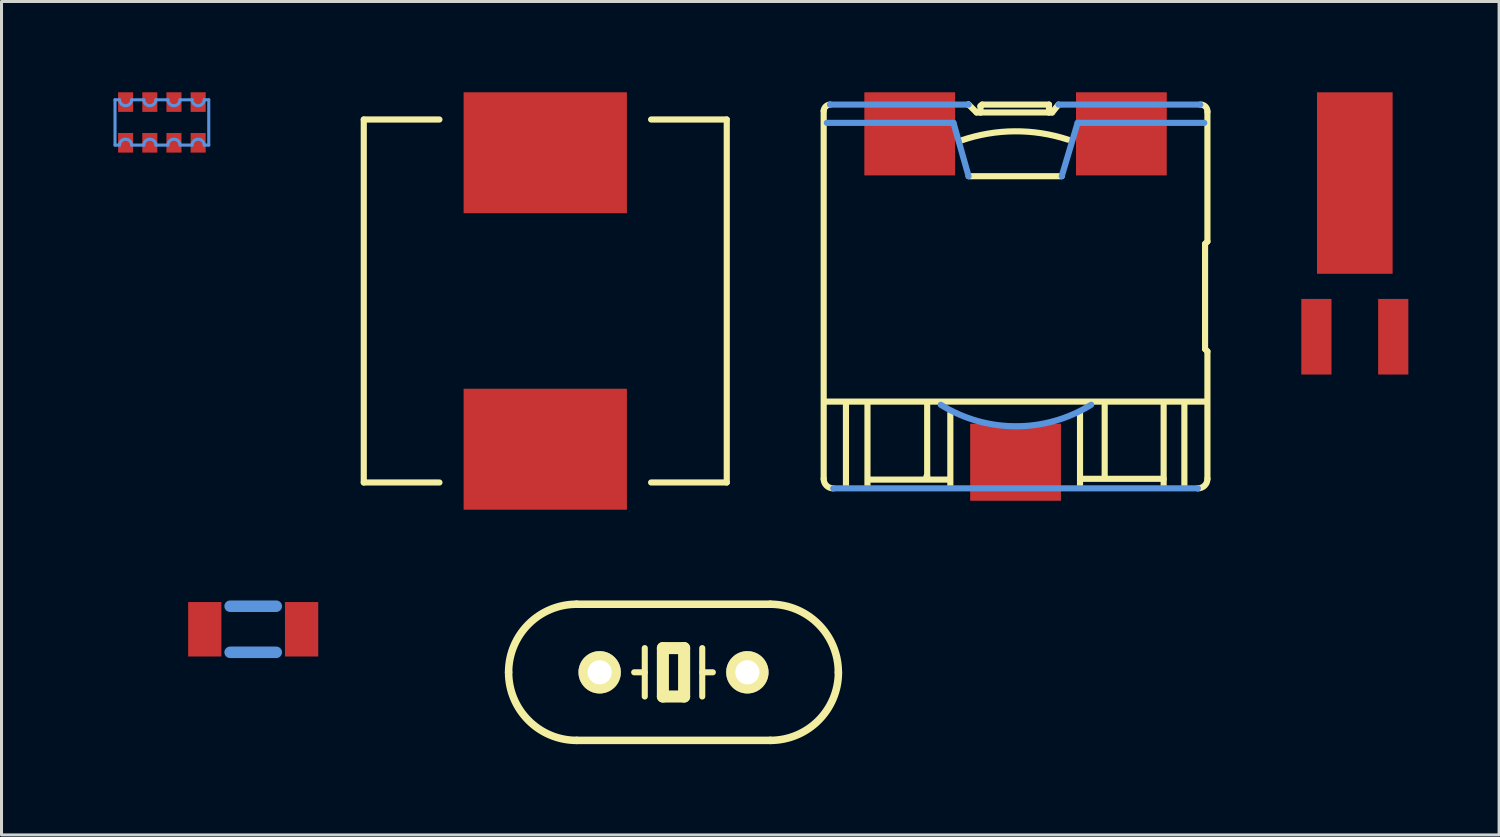
<source format=kicad_pcb>
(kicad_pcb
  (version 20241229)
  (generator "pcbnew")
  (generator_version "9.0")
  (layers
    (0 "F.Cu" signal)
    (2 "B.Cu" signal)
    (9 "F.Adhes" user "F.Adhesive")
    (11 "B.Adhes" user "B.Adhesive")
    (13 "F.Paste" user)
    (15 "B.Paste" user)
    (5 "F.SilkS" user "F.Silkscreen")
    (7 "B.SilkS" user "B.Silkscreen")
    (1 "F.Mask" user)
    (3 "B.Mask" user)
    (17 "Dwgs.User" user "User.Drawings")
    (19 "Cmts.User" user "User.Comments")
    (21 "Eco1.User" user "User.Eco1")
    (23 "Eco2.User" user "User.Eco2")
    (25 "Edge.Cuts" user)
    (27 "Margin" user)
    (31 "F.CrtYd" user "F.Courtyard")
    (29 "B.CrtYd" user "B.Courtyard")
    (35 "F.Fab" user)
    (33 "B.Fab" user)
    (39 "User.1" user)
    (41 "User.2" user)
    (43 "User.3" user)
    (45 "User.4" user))
  (footprint "CRYSTAL_EPSON_FC145"
    (layer "F.Cu")
    (at 5.319 17.75)
    (property "Reference" "CRYSTAL_EPSON_FC145" (at 0 0 0) (layer "Eco1.User") (effects (font (size 0.6 0.6) (thickness 0.1))))
    (attr through_hole)
    (fp_line (start -0.762 -0.762) (end 0.762 -0.762) (stroke (width 0.381) (type solid)) (layer "Cmts.User"))
    (fp_line (start -0.762 0.762) (end 0.762 0.762) (stroke (width 0.381) (type solid)) (layer "Cmts.User"))
    (pad "1" smd rect (at -1.6 0) (size 1.1 1.8) (layers "F.Cu" "F.Mask" "F.Paste"))
    (pad "2" smd rect (at 1.6 0) (size 1.1 1.8) (layers "F.Cu" "F.Mask" "F.Paste")))
  (footprint "CEP125"
    (layer "F.Cu")
    (at 30.518 6.749)
    (property "Reference" "CEP125" (at -2.54 -0.635 0) (layer "Eco1.User") (effects (font (size 1.27 1.27) (thickness 0.102))))
    (attr through_hole)
    (fp_line (start -6.342 6.027) (end -6.342 -6.134) (stroke (width 0.203) (type solid)) (layer "F.SilkS"))
    (fp_line (start -5.606 3.579) (end -5.606 6.238) (stroke (width 0.203) (type solid)) (layer "F.SilkS"))
    (fp_line (start -4.895 6.238) (end -4.895 3.579) (stroke (width 0.203) (type solid)) (layer "F.SilkS"))
    (fp_line (start -4.79 6.053) (end -2.21 6.053) (stroke (width 0.203) (type solid)) (layer "F.SilkS"))
    (fp_line (start -2.946 5.949) (end -2.921 5.949) (stroke (width 0.203) (type solid)) (layer "F.SilkS"))
    (fp_line (start -2.921 5.949) (end -2.921 3.579) (stroke (width 0.203) (type solid)) (layer "F.SilkS"))
    (fp_line (start -2.156 6.238) (end -2.156 3.868) (stroke (width 0.203) (type solid)) (layer "F.SilkS"))
    (fp_line (start -1.577 -6.342) (end -1.552 -6.342) (stroke (width 0.203) (type solid)) (layer "F.SilkS"))
    (fp_line (start -1.552 -6.342) (end -1.288 -6.081) (stroke (width 0.203) (type solid)) (layer "F.SilkS"))
    (fp_line (start -1.552 -3.975) (end 1.527 -3.975) (stroke (width 0.203) (type solid)) (layer "F.SilkS"))
    (fp_line (start -1.288 -6.081) (end -1.158 -6.081) (stroke (width 0.203) (type solid)) (layer "F.SilkS"))
    (fp_line (start -1.158 -6.292) (end -1.158 -6.292) (stroke (width 0.203) (type solid)) (layer "F.SilkS"))
    (fp_line (start -1.158 -6.292) (end -1.105 -6.342) (stroke (width 0.203) (type solid)) (layer "F.SilkS"))
    (fp_line (start -1.158 -6.081) (end -1.158 -6.292) (stroke (width 0.203) (type solid)) (layer "F.SilkS"))
    (fp_line (start -1.105 -6.342) (end 1.105 -6.342) (stroke (width 0.203) (type solid)) (layer "F.SilkS"))
    (fp_line (start 1.105 -6.342) (end 1.105 -6.081) (stroke (width 0.203) (type solid)) (layer "F.SilkS"))
    (fp_line (start 1.105 -6.081) (end -1.158 -6.081) (stroke (width 0.203) (type solid)) (layer "F.SilkS"))
    (fp_line (start 1.105 -6.081) (end 1.209 -6.081) (stroke (width 0.203) (type solid)) (layer "F.SilkS"))
    (fp_line (start 1.209 -6.081) (end 1.42 -6.342) (stroke (width 0.203) (type solid)) (layer "F.SilkS"))
    (fp_line (start 2.131 6.238) (end 2.131 3.868) (stroke (width 0.203) (type solid)) (layer "F.SilkS"))
    (fp_line (start 2.238 6.027) (end 4.895 6.027) (stroke (width 0.203) (type solid)) (layer "F.SilkS"))
    (fp_line (start 2.946 5.923) (end 2.946 3.579) (stroke (width 0.203) (type solid)) (layer "F.SilkS"))
    (fp_line (start 4.895 3.579) (end 4.895 6.238) (stroke (width 0.203) (type solid)) (layer "F.SilkS"))
    (fp_line (start 5.58 6.238) (end 5.58 3.579) (stroke (width 0.203) (type solid)) (layer "F.SilkS"))
    (fp_line (start 6.238 3.475) (end -6.264 3.475) (stroke (width 0.203) (type solid)) (layer "F.SilkS"))
    (fp_line (start 6.264 -1.737) (end 6.264 1.737) (stroke (width 0.203) (type solid)) (layer "F.SilkS"))
    (fp_line (start 6.264 1.737) (end 6.342 1.816) (stroke (width 0.203) (type solid)) (layer "F.SilkS"))
    (fp_line (start 6.342 -6.106) (end 6.342 -1.816) (stroke (width 0.203) (type solid)) (layer "F.SilkS"))
    (fp_line (start 6.342 -1.816) (end 6.264 -1.737) (stroke (width 0.203) (type solid)) (layer "F.SilkS"))
    (fp_line (start 6.342 1.816) (end 6.342 6.027) (stroke (width 0.203) (type solid)) (layer "F.SilkS"))
    (fp_arc (start -6.34238 -6.1341) (mid -6.27589 -6.278657) (end -6.130193 -6.342612) (stroke (width 0.2032) (type solid)) (layer "F.SilkS"))
    (fp_arc (start -6.02742 6.34238) (mid -6.250821 6.250942) (end -6.342381 6.027592) (stroke (width 0.2032) (type solid)) (layer "F.SilkS"))
    (fp_arc (start -1.78816 -5.15874) (mid -0.029329 -5.458869) (end 1.733606 -5.183865) (stroke (width 0.2032) (type solid)) (layer "F.SilkS"))
    (fp_arc (start 6.10616 -6.34238) (mid 6.2773 -6.277035) (end 6.342358 -6.105785) (stroke (width 0.2032) (type solid)) (layer "F.SilkS"))
    (fp_arc (start 6.34238 6.02742) (mid 6.25075 6.251013) (end 6.027047 6.342377) (stroke (width 0.2032) (type solid)) (layer "F.SilkS"))
    (fp_line (start -6.238 -5.738) (end -2.052 -5.738) (stroke (width 0.203) (type solid)) (layer "Cmts.User"))
    (fp_line (start -6.134 -6.342) (end -1.552 -6.342) (stroke (width 0.203) (type solid)) (layer "Cmts.User"))
    (fp_line (start -2.052 -5.738) (end -1.552 -3.975) (stroke (width 0.203) (type solid)) (layer "Cmts.User"))
    (fp_line (start 1.42 -6.342) (end 6.106 -6.342) (stroke (width 0.203) (type solid)) (layer "Cmts.User"))
    (fp_line (start 1.527 -3.975) (end 2.052 -5.738) (stroke (width 0.203) (type solid)) (layer "Cmts.User"))
    (fp_line (start 2.052 -5.738) (end 6.238 -5.738) (stroke (width 0.203) (type solid)) (layer "Cmts.User"))
    (fp_line (start 6.027 6.342) (end -6.027 6.342) (stroke (width 0.203) (type solid)) (layer "Cmts.User"))
    (fp_arc (start 2.49936 3.57886) (mid 0.013741 4.291022) (end -2.472194 3.579961) (stroke (width 0.2032) (type solid)) (layer "Cmts.User"))
    (pad "1" smd rect (at -3.498 -5.375) (size 3 2.748) (layers "F.Cu" "F.Mask" "F.Paste"))
    (pad "2" smd rect (at 3.498 -5.375) (size 3 2.748) (layers "F.Cu" "F.Mask" "F.Paste"))
    (pad "3" smd rect (at 0 5.479) (size 3 2.548) (layers "F.Cu" "F.Mask" "F.Paste")))
  (footprint "CRYSTAL_HC49_PTH"
    (layer "F.Cu")
    (at 19.212 19.172)
    (property "Reference" "CRYSTAL_HC49_PTH" (at 0 -1.6 0) (layer "Eco1.User") (effects (font (size 0.6 0.6) (thickness 0.1))))
    (attr through_hole)
    (fp_line (start -3.2 -2.25) (end 3.2 -2.25) (stroke (width 0.249) (type solid)) (layer "F.SilkS"))
    (fp_line (start -0.95 -0.8) (end -0.95 0.8) (stroke (width 0.201) (type solid)) (layer "F.SilkS"))
    (fp_line (start -0.95 0) (end -1.3 0) (stroke (width 0.201) (type solid)) (layer "F.SilkS"))
    (fp_line (start -0.351 -0.8) (end 0.351 -0.8) (stroke (width 0.399) (type solid)) (layer "F.SilkS"))
    (fp_line (start -0.351 0.8) (end -0.351 -0.8) (stroke (width 0.399) (type solid)) (layer "F.SilkS"))
    (fp_line (start -0.351 0.8) (end 0.351 0.8) (stroke (width 0.399) (type solid)) (layer "F.SilkS"))
    (fp_line (start 0.351 -0.8) (end 0.351 0.8) (stroke (width 0.399) (type solid)) (layer "F.SilkS"))
    (fp_line (start 0.95 -0.8) (end 0.95 0.8) (stroke (width 0.201) (type solid)) (layer "F.SilkS"))
    (fp_line (start 0.95 0) (end 1.3 0) (stroke (width 0.201) (type solid)) (layer "F.SilkS"))
    (fp_line (start 3.2 2.25) (end -3.2 2.25) (stroke (width 0.249) (type solid)) (layer "F.SilkS"))
    (fp_arc (start -5.45084 0) (mid -4.791701 -1.591301) (end -3.2004 -2.25044) (stroke (width 0.24892) (type solid)) (layer "F.SilkS"))
    (fp_arc (start -3.2004 2.25044) (mid -4.791701 1.591301) (end -5.45084 0) (stroke (width 0.24892) (type solid)) (layer "F.SilkS"))
    (fp_arc (start 3.19786 -2.25044) (mid 4.789161 -1.591301) (end 5.4483 0) (stroke (width 0.24892) (type solid)) (layer "F.SilkS"))
    (fp_arc (start 5.45084 0) (mid 4.791701 1.591301) (end 3.2004 2.25044) (stroke (width 0.24892) (type solid)) (layer "F.SilkS"))
    (pad "1" thru_hole circle (at -2.441 0) (size 1.4 1.4) (drill 0.8) (layers "*.Cu" "*.Mask" "F.SilkS"))
    (pad "2" thru_hole circle (at 2.441 0) (size 1.4 1.4) (drill 0.8) (layers "*.Cu" "*.Mask" "F.SilkS")))
  (footprint "CRYSTAL-32KHZ-SMD"
    (layer "F.Cu")
    (at 41.732 8.08)
    (property "Reference" "CRYSTAL-32KHZ-SMD" (at 0 0 0) (layer "Cmts.User") (effects (font (size 0.001 0.001) (thickness 0.000001))))
    (attr through_hole)
    (pad "SHEI" smd rect (at 0 -5.08) (size 2.499 5.999) (layers "F.Cu" "F.Mask" "F.Paste"))
    (pad "X1" smd rect (at -1.27 0) (size 0.998 2.499) (layers "F.Cu" "F.Mask" "F.Paste"))
    (pad "X2" smd rect (at 1.27 0) (size 0.998 2.499) (layers "F.Cu" "F.Mask" "F.Paste")))
  (footprint "CAT16"
    (layer "F.Cu")
    (at 2.301 0.997)
    (property "Reference" "CAT16" (at 0.635 3.175 0) (layer "Eco1.User") (effects (font (size 1.27 1.27) (thickness 0.127))))
    (attr through_hole)
    (fp_line (start -1.549 -0.749) (end -1.4 -0.749) (stroke (width 0.102) (type solid)) (layer "Cmts.User"))
    (fp_line (start -1.549 0.749) (end -1.549 -0.749) (stroke (width 0.102) (type solid)) (layer "Cmts.User"))
    (fp_line (start -1.4 0.749) (end -1.549 0.749) (stroke (width 0.102) (type solid)) (layer "Cmts.User"))
    (fp_line (start -0.998 -0.749) (end -0.599 -0.749) (stroke (width 0.102) (type solid)) (layer "Cmts.User"))
    (fp_line (start -0.599 0.749) (end -0.998 0.749) (stroke (width 0.102) (type solid)) (layer "Cmts.User"))
    (fp_line (start -0.198 -0.749) (end 0.198 -0.749) (stroke (width 0.102) (type solid)) (layer "Cmts.User"))
    (fp_line (start 0.198 0.749) (end -0.198 0.749) (stroke (width 0.102) (type solid)) (layer "Cmts.User"))
    (fp_line (start 0.599 -0.749) (end 0.998 -0.749) (stroke (width 0.102) (type solid)) (layer "Cmts.User"))
    (fp_line (start 0.998 0.749) (end 0.599 0.749) (stroke (width 0.102) (type solid)) (layer "Cmts.User"))
    (fp_line (start 1.4 -0.749) (end 1.549 -0.749) (stroke (width 0.102) (type solid)) (layer "Cmts.User"))
    (fp_line (start 1.549 -0.749) (end 1.549 0.749) (stroke (width 0.102) (type solid)) (layer "Cmts.User"))
    (fp_line (start 1.549 0.749) (end 1.4 0.749) (stroke (width 0.102) (type solid)) (layer "Cmts.User"))
    (fp_arc (start -1.39954 0.7493) (mid -1.19888 0.54864) (end -0.99822 0.7493) (stroke (width 0.1016) (type solid)) (layer "Cmts.User"))
    (fp_arc (start -0.99822 -0.7493) (mid -1.19888 -0.54864) (end -1.39954 -0.7493) (stroke (width 0.1016) (type solid)) (layer "Cmts.User"))
    (fp_arc (start -0.59944 0.7493) (mid -0.39878 0.54864) (end -0.19812 0.7493) (stroke (width 0.1016) (type solid)) (layer "Cmts.User"))
    (fp_arc (start -0.19812 -0.7493) (mid -0.39878 -0.54864) (end -0.59944 -0.7493) (stroke (width 0.1016) (type solid)) (layer "Cmts.User"))
    (fp_arc (start 0.19812 0.7493) (mid 0.39878 0.54864) (end 0.59944 0.7493) (stroke (width 0.1016) (type solid)) (layer "Cmts.User"))
    (fp_arc (start 0.59944 -0.7493) (mid 0.39878 -0.54864) (end 0.19812 -0.7493) (stroke (width 0.1016) (type solid)) (layer "Cmts.User"))
    (fp_arc (start 0.99822 0.7493) (mid 1.19888 0.54864) (end 1.39954 0.7493) (stroke (width 0.1016) (type solid)) (layer "Cmts.User"))
    (fp_arc (start 1.39954 -0.7493) (mid 1.19888 -0.54864) (end 0.99822 -0.7493) (stroke (width 0.1016) (type solid)) (layer "Cmts.User"))
    (pad "1" smd rect (at -1.199 0.673) (size 0.498 0.648) (layers "F.Cu" "F.Mask" "F.Paste"))
    (pad "2" smd rect (at -0.399 0.673) (size 0.498 0.648) (layers "F.Cu" "F.Mask" "F.Paste"))
    (pad "3" smd rect (at 0.399 0.673) (size 0.498 0.648) (layers "F.Cu" "F.Mask" "F.Paste"))
    (pad "4" smd rect (at 1.199 0.673) (size 0.498 0.648) (layers "F.Cu" "F.Mask" "F.Paste"))
    (pad "5" smd rect (at 1.199 -0.673) (size 0.498 0.648) (layers "F.Cu" "F.Mask" "F.Paste"))
    (pad "6" smd rect (at 0.399 -0.673) (size 0.498 0.648) (layers "F.Cu" "F.Mask" "F.Paste"))
    (pad "7" smd rect (at -0.399 -0.673) (size 0.498 0.648) (layers "F.Cu" "F.Mask" "F.Paste"))
    (pad "8" smd rect (at -1.199 -0.673) (size 0.498 0.648) (layers "F.Cu" "F.Mask" "F.Paste")))
  (footprint "CDRH125"
    (layer "F.Cu")
    (at 14.973 6.899)
    (property "Reference" "CDRH125" (at 0 0 0) (layer "Cmts.User") (effects (font (size 0.001 0.001) (thickness 0.000001))))
    (attr through_hole)
    (fp_line (start -5.999 -5.999) (end -5.999 5.999) (stroke (width 0.203) (type solid)) (layer "F.SilkS"))
    (fp_line (start -5.999 5.999) (end -3.498 5.999) (stroke (width 0.203) (type solid)) (layer "F.SilkS"))
    (fp_line (start -3.498 -5.999) (end -5.999 -5.999) (stroke (width 0.203) (type solid)) (layer "F.SilkS"))
    (fp_line (start 3.498 5.999) (end 5.999 5.999) (stroke (width 0.203) (type solid)) (layer "F.SilkS"))
    (fp_line (start 5.999 -5.999) (end 3.498 -5.999) (stroke (width 0.203) (type solid)) (layer "F.SilkS"))
    (fp_line (start 5.999 5.999) (end 5.999 -5.999) (stroke (width 0.203) (type solid)) (layer "F.SilkS"))
    (pad "1" smd rect (at 0 -4.9) (size 5.397 3.998) (layers "F.Cu" "F.Mask" "F.Paste"))
    (pad "2" smd rect (at 0 4.9) (size 5.397 3.998) (layers "F.Cu" "F.Mask" "F.Paste")))
  (gr_rect
    (start -3 -3)
    (end 46.501 24.547)
    (stroke (width 0.1) (type default))
    (fill no)
    (layer "Edge.Cuts")))
</source>
